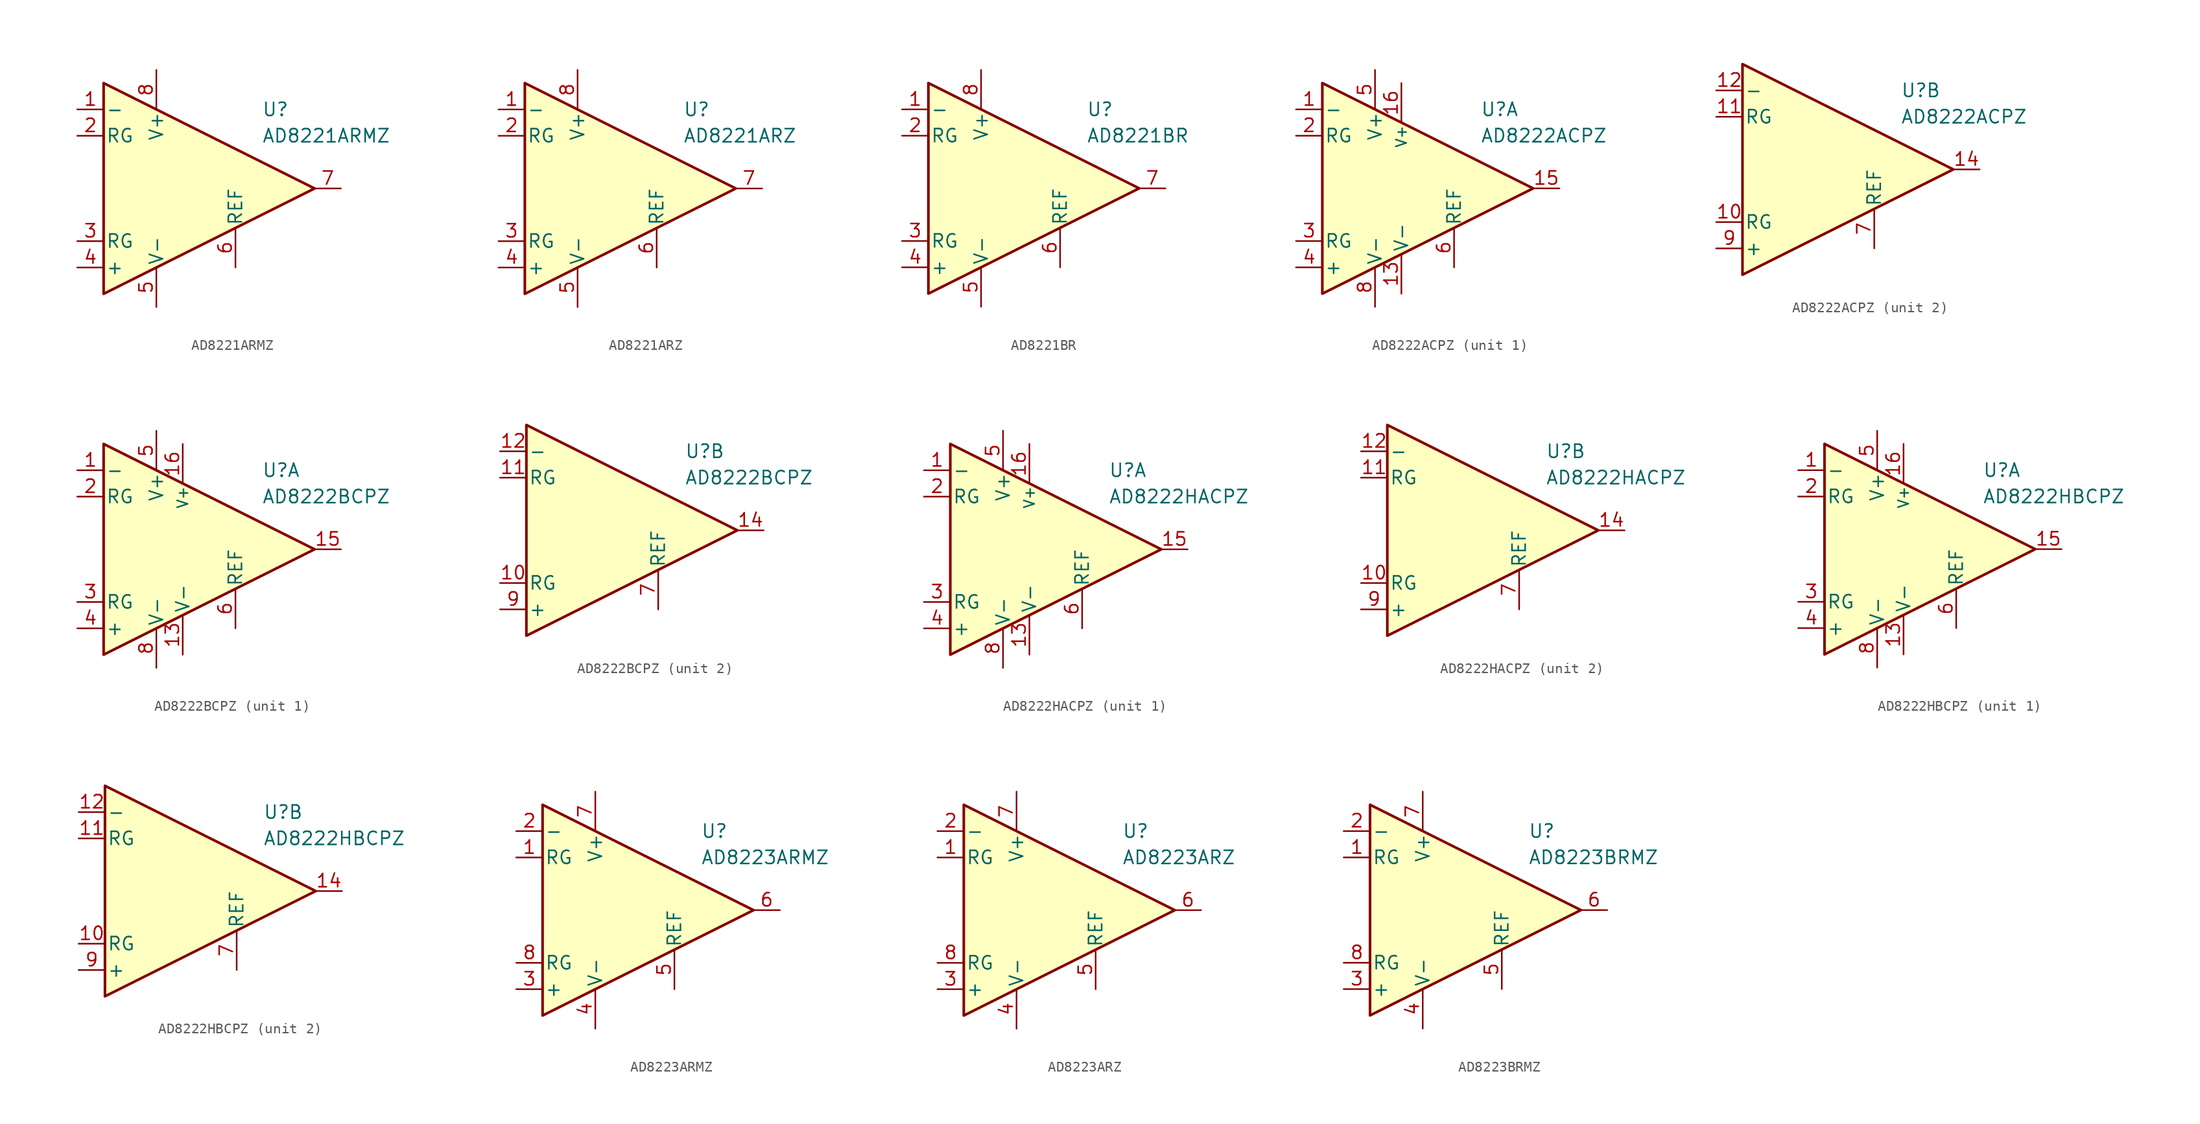
<source format=kicad_sym>
(kicad_symbol_lib
  (version 20211014)
  (generator kicad_symbol_editor)
  (symbol "AD8221ARMZ"
    (pin_names
      (offset 0.2))
    (property "Reference" "U"
      (at 6.35 7.62 0)
      (effects (font (size 1.27 1.27)) (justify left)))
    (property "Value" "AD8221ARMZ"
      (at 6.35 5.08 0)
      (effects (font (size 1.27 1.27)) (justify left)))
    (symbol "AD8221ARMZ_0_1"
      (polyline (pts (xy -8.89 10.16) (xy -8.89 -10.16) (xy 11.43 0) (xy -8.89 10.16)) (stroke (width 0.254) (type default) (color 0 0 0 0)) (fill (type background))))
    (symbol "AD8221ARMZ_1_1"
      (pin input line (at -11.43 7.62 0) (length 2.54) (name "-" (effects (font (size 1.27 1.27)))) (number "1" (effects (font (size 1.27 1.27)))))
      (pin passive line (at -11.43 5.08 0) (length 2.54) (name "RG" (effects (font (size 1.27 1.27)))) (number "2" (effects (font (size 1.27 1.27)))))
      (pin passive line (at -11.43 -5.08 0) (length 2.54) (name "RG" (effects (font (size 1.27 1.27)))) (number "3" (effects (font (size 1.27 1.27)))))
      (pin input line (at -11.43 -7.62 0) (length 2.54) (name "+" (effects (font (size 1.27 1.27)))) (number "4" (effects (font (size 1.27 1.27)))))
      (pin power_in line (at -3.81 -11.43 90) (length 3.81) (name "V-" (effects (font (size 1.27 1.27)))) (number "5" (effects (font (size 1.27 1.27)))))
      (pin input line (at 3.81 -7.62 90) (length 3.81) (name "REF" (effects (font (size 1.27 1.27)))) (number "6" (effects (font (size 1.27 1.27)))))
      (pin output line (at 13.97 0 180) (length 2.54) (name "~" (effects (font (size 1.27 1.27)))) (number "7" (effects (font (size 1.27 1.27)))))
      (pin power_in line (at -3.81 11.43 270) (length 3.81) (name "V+" (effects (font (size 1.27 1.27)))) (number "8" (effects (font (size 1.27 1.27)))))))
  (symbol "AD8221ARZ"
    (pin_names
      (offset 0.2))
    (property "Reference" "U"
      (at 6.35 7.62 0)
      (effects (font (size 1.27 1.27)) (justify left)))
    (property "Value" "AD8221ARZ"
      (at 6.35 5.08 0)
      (effects (font (size 1.27 1.27)) (justify left)))
    (symbol "AD8221ARZ_0_1"
      (polyline (pts (xy -8.89 10.16) (xy -8.89 -10.16) (xy 11.43 0) (xy -8.89 10.16)) (stroke (width 0.254) (type default) (color 0 0 0 0)) (fill (type background))))
    (symbol "AD8221ARZ_1_1"
      (pin input line (at -11.43 7.62 0) (length 2.54) (name "-" (effects (font (size 1.27 1.27)))) (number "1" (effects (font (size 1.27 1.27)))))
      (pin passive line (at -11.43 5.08 0) (length 2.54) (name "RG" (effects (font (size 1.27 1.27)))) (number "2" (effects (font (size 1.27 1.27)))))
      (pin passive line (at -11.43 -5.08 0) (length 2.54) (name "RG" (effects (font (size 1.27 1.27)))) (number "3" (effects (font (size 1.27 1.27)))))
      (pin input line (at -11.43 -7.62 0) (length 2.54) (name "+" (effects (font (size 1.27 1.27)))) (number "4" (effects (font (size 1.27 1.27)))))
      (pin power_in line (at -3.81 -11.43 90) (length 3.81) (name "V-" (effects (font (size 1.27 1.27)))) (number "5" (effects (font (size 1.27 1.27)))))
      (pin input line (at 3.81 -7.62 90) (length 3.81) (name "REF" (effects (font (size 1.27 1.27)))) (number "6" (effects (font (size 1.27 1.27)))))
      (pin output line (at 13.97 0 180) (length 2.54) (name "~" (effects (font (size 1.27 1.27)))) (number "7" (effects (font (size 1.27 1.27)))))
      (pin power_in line (at -3.81 11.43 270) (length 3.81) (name "V+" (effects (font (size 1.27 1.27)))) (number "8" (effects (font (size 1.27 1.27)))))))
  (symbol "AD8221BR"
    (pin_names
      (offset 0.2))
    (property "Reference" "U"
      (at 6.35 7.62 0)
      (effects (font (size 1.27 1.27)) (justify left)))
    (property "Value" "AD8221BR"
      (at 6.35 5.08 0)
      (effects (font (size 1.27 1.27)) (justify left)))
    (symbol "AD8221BR_0_1"
      (polyline (pts (xy -8.89 10.16) (xy -8.89 -10.16) (xy 11.43 0) (xy -8.89 10.16)) (stroke (width 0.254) (type default) (color 0 0 0 0)) (fill (type background))))
    (symbol "AD8221BR_1_1"
      (pin input line (at -11.43 7.62 0) (length 2.54) (name "-" (effects (font (size 1.27 1.27)))) (number "1" (effects (font (size 1.27 1.27)))))
      (pin passive line (at -11.43 5.08 0) (length 2.54) (name "RG" (effects (font (size 1.27 1.27)))) (number "2" (effects (font (size 1.27 1.27)))))
      (pin passive line (at -11.43 -5.08 0) (length 2.54) (name "RG" (effects (font (size 1.27 1.27)))) (number "3" (effects (font (size 1.27 1.27)))))
      (pin input line (at -11.43 -7.62 0) (length 2.54) (name "+" (effects (font (size 1.27 1.27)))) (number "4" (effects (font (size 1.27 1.27)))))
      (pin power_in line (at -3.81 -11.43 90) (length 3.81) (name "V-" (effects (font (size 1.27 1.27)))) (number "5" (effects (font (size 1.27 1.27)))))
      (pin input line (at 3.81 -7.62 90) (length 3.81) (name "REF" (effects (font (size 1.27 1.27)))) (number "6" (effects (font (size 1.27 1.27)))))
      (pin output line (at 13.97 0 180) (length 2.54) (name "~" (effects (font (size 1.27 1.27)))) (number "7" (effects (font (size 1.27 1.27)))))
      (pin power_in line (at -3.81 11.43 270) (length 3.81) (name "V+" (effects (font (size 1.27 1.27)))) (number "8" (effects (font (size 1.27 1.27)))))))
  (symbol "AD8222ACPZ"
    (pin_names
      (offset 0.2))
    (property "Reference" "U"
      (at 6.35 7.62 0)
      (effects (font (size 1.27 1.27)) (justify left)))
    (property "Value" "AD8222ACPZ"
      (at 6.35 5.08 0)
      (effects (font (size 1.27 1.27)) (justify left)))
    (property "ki_locked" ""
      (at 0 0 0)
      (effects (font (size 1.27 1.27))))
    (symbol "AD8222ACPZ_0_1"
      (polyline (pts (xy -8.89 10.16) (xy -8.89 -10.16) (xy 11.43 0) (xy -8.89 10.16)) (stroke (width 0.254) (type default) (color 0 0 0 0)) (fill (type background))))
    (symbol "AD8222ACPZ_1_1"
      (pin input line (at -11.43 7.62 0) (length 2.54) (name "-" (effects (font (size 1.27 1.27)))) (number "1" (effects (font (size 1.27 1.27)))))
      (pin power_in line (at -1.27 -10.16 90) (length 3.81) (name "V-" (effects (font (size 1.27 1.27)))) (number "13" (effects (font (size 1.27 1.27)))))
      (pin output line (at 13.97 0 180) (length 2.54) (name "~" (effects (font (size 1.27 1.27)))) (number "15" (effects (font (size 1.27 1.27)))))
      (pin power_in line (at -1.27 10.16 270) (length 3.81) (name "V+" (effects (font (size 1 1)))) (number "16" (effects (font (size 1.27 1.27)))))
      (pin passive line (at -11.43 5.08 0) (length 2.54) (name "RG" (effects (font (size 1.27 1.27)))) (number "2" (effects (font (size 1.27 1.27)))))
      (pin passive line (at -11.43 -5.08 0) (length 2.54) (name "RG" (effects (font (size 1.27 1.27)))) (number "3" (effects (font (size 1.27 1.27)))))
      (pin input line (at -11.43 -7.62 0) (length 2.54) (name "+" (effects (font (size 1.27 1.27)))) (number "4" (effects (font (size 1.27 1.27)))))
      (pin power_in line (at -3.81 11.43 270) (length 3.81) (name "V+" (effects (font (size 1.27 1.27)))) (number "5" (effects (font (size 1.27 1.27)))))
      (pin input line (at 3.81 -7.62 90) (length 3.81) (name "REF" (effects (font (size 1.27 1.27)))) (number "6" (effects (font (size 1.27 1.27)))))
      (pin power_in line (at -3.81 -11.43 90) (length 3.81) (name "V-" (effects (font (size 1.27 1.27)))) (number "8" (effects (font (size 1.27 1.27))))))
    (symbol "AD8222ACPZ_2_1"
      (pin passive line (at -11.43 -5.08 0) (length 2.54) (name "RG" (effects (font (size 1.27 1.27)))) (number "10" (effects (font (size 1.27 1.27)))))
      (pin passive line (at -11.43 5.08 0) (length 2.54) (name "RG" (effects (font (size 1.27 1.27)))) (number "11" (effects (font (size 1.27 1.27)))))
      (pin input line (at -11.43 7.62 0) (length 2.54) (name "-" (effects (font (size 1.27 1.27)))) (number "12" (effects (font (size 1.27 1.27)))))
      (pin output line (at 13.97 0 180) (length 2.54) (name "~" (effects (font (size 1.27 1.27)))) (number "14" (effects (font (size 1.27 1.27)))))
      (pin input line (at 3.81 -7.62 90) (length 3.81) (name "REF" (effects (font (size 1.27 1.27)))) (number "7" (effects (font (size 1.27 1.27)))))
      (pin input line (at -11.43 -7.62 0) (length 2.54) (name "+" (effects (font (size 1.27 1.27)))) (number "9" (effects (font (size 1.27 1.27)))))))
  (symbol "AD8222BCPZ"
    (pin_names
      (offset 0.2))
    (property "Reference" "U"
      (at 6.35 7.62 0)
      (effects (font (size 1.27 1.27)) (justify left)))
    (property "Value" "AD8222BCPZ"
      (at 6.35 5.08 0)
      (effects (font (size 1.27 1.27)) (justify left)))
    (property "ki_locked" ""
      (at 0 0 0)
      (effects (font (size 1.27 1.27))))
    (symbol "AD8222BCPZ_0_1"
      (polyline (pts (xy -8.89 10.16) (xy -8.89 -10.16) (xy 11.43 0) (xy -8.89 10.16)) (stroke (width 0.254) (type default) (color 0 0 0 0)) (fill (type background))))
    (symbol "AD8222BCPZ_1_1"
      (pin input line (at -11.43 7.62 0) (length 2.54) (name "-" (effects (font (size 1.27 1.27)))) (number "1" (effects (font (size 1.27 1.27)))))
      (pin power_in line (at -1.27 -10.16 90) (length 3.81) (name "V-" (effects (font (size 1.27 1.27)))) (number "13" (effects (font (size 1.27 1.27)))))
      (pin output line (at 13.97 0 180) (length 2.54) (name "~" (effects (font (size 1.27 1.27)))) (number "15" (effects (font (size 1.27 1.27)))))
      (pin power_in line (at -1.27 10.16 270) (length 3.81) (name "V+" (effects (font (size 1 1)))) (number "16" (effects (font (size 1.27 1.27)))))
      (pin passive line (at -11.43 5.08 0) (length 2.54) (name "RG" (effects (font (size 1.27 1.27)))) (number "2" (effects (font (size 1.27 1.27)))))
      (pin passive line (at -11.43 -5.08 0) (length 2.54) (name "RG" (effects (font (size 1.27 1.27)))) (number "3" (effects (font (size 1.27 1.27)))))
      (pin input line (at -11.43 -7.62 0) (length 2.54) (name "+" (effects (font (size 1.27 1.27)))) (number "4" (effects (font (size 1.27 1.27)))))
      (pin power_in line (at -3.81 11.43 270) (length 3.81) (name "V+" (effects (font (size 1.27 1.27)))) (number "5" (effects (font (size 1.27 1.27)))))
      (pin input line (at 3.81 -7.62 90) (length 3.81) (name "REF" (effects (font (size 1.27 1.27)))) (number "6" (effects (font (size 1.27 1.27)))))
      (pin power_in line (at -3.81 -11.43 90) (length 3.81) (name "V-" (effects (font (size 1.27 1.27)))) (number "8" (effects (font (size 1.27 1.27))))))
    (symbol "AD8222BCPZ_2_1"
      (pin passive line (at -11.43 -5.08 0) (length 2.54) (name "RG" (effects (font (size 1.27 1.27)))) (number "10" (effects (font (size 1.27 1.27)))))
      (pin passive line (at -11.43 5.08 0) (length 2.54) (name "RG" (effects (font (size 1.27 1.27)))) (number "11" (effects (font (size 1.27 1.27)))))
      (pin input line (at -11.43 7.62 0) (length 2.54) (name "-" (effects (font (size 1.27 1.27)))) (number "12" (effects (font (size 1.27 1.27)))))
      (pin output line (at 13.97 0 180) (length 2.54) (name "~" (effects (font (size 1.27 1.27)))) (number "14" (effects (font (size 1.27 1.27)))))
      (pin input line (at 3.81 -7.62 90) (length 3.81) (name "REF" (effects (font (size 1.27 1.27)))) (number "7" (effects (font (size 1.27 1.27)))))
      (pin input line (at -11.43 -7.62 0) (length 2.54) (name "+" (effects (font (size 1.27 1.27)))) (number "9" (effects (font (size 1.27 1.27)))))))
  (symbol "AD8222HACPZ"
    (pin_names
      (offset 0.2))
    (property "Reference" "U"
      (at 6.35 7.62 0)
      (effects (font (size 1.27 1.27)) (justify left)))
    (property "Value" "AD8222HACPZ"
      (at 6.35 5.08 0)
      (effects (font (size 1.27 1.27)) (justify left)))
    (property "ki_locked" ""
      (at 0 0 0)
      (effects (font (size 1.27 1.27))))
    (symbol "AD8222HACPZ_0_1"
      (polyline (pts (xy -8.89 10.16) (xy -8.89 -10.16) (xy 11.43 0) (xy -8.89 10.16)) (stroke (width 0.254) (type default) (color 0 0 0 0)) (fill (type background))))
    (symbol "AD8222HACPZ_1_1"
      (pin input line (at -11.43 7.62 0) (length 2.54) (name "-" (effects (font (size 1.27 1.27)))) (number "1" (effects (font (size 1.27 1.27)))))
      (pin power_in line (at -1.27 -10.16 90) (length 3.81) (name "V-" (effects (font (size 1.27 1.27)))) (number "13" (effects (font (size 1.27 1.27)))))
      (pin output line (at 13.97 0 180) (length 2.54) (name "~" (effects (font (size 1.27 1.27)))) (number "15" (effects (font (size 1.27 1.27)))))
      (pin power_in line (at -1.27 10.16 270) (length 3.81) (name "V+" (effects (font (size 1 1)))) (number "16" (effects (font (size 1.27 1.27)))))
      (pin passive line (at -11.43 5.08 0) (length 2.54) (name "RG" (effects (font (size 1.27 1.27)))) (number "2" (effects (font (size 1.27 1.27)))))
      (pin passive line (at -11.43 -5.08 0) (length 2.54) (name "RG" (effects (font (size 1.27 1.27)))) (number "3" (effects (font (size 1.27 1.27)))))
      (pin input line (at -11.43 -7.62 0) (length 2.54) (name "+" (effects (font (size 1.27 1.27)))) (number "4" (effects (font (size 1.27 1.27)))))
      (pin power_in line (at -3.81 11.43 270) (length 3.81) (name "V+" (effects (font (size 1.27 1.27)))) (number "5" (effects (font (size 1.27 1.27)))))
      (pin input line (at 3.81 -7.62 90) (length 3.81) (name "REF" (effects (font (size 1.27 1.27)))) (number "6" (effects (font (size 1.27 1.27)))))
      (pin power_in line (at -3.81 -11.43 90) (length 3.81) (name "V-" (effects (font (size 1.27 1.27)))) (number "8" (effects (font (size 1.27 1.27))))))
    (symbol "AD8222HACPZ_2_1"
      (pin passive line (at -11.43 -5.08 0) (length 2.54) (name "RG" (effects (font (size 1.27 1.27)))) (number "10" (effects (font (size 1.27 1.27)))))
      (pin passive line (at -11.43 5.08 0) (length 2.54) (name "RG" (effects (font (size 1.27 1.27)))) (number "11" (effects (font (size 1.27 1.27)))))
      (pin input line (at -11.43 7.62 0) (length 2.54) (name "-" (effects (font (size 1.27 1.27)))) (number "12" (effects (font (size 1.27 1.27)))))
      (pin output line (at 13.97 0 180) (length 2.54) (name "~" (effects (font (size 1.27 1.27)))) (number "14" (effects (font (size 1.27 1.27)))))
      (pin input line (at 3.81 -7.62 90) (length 3.81) (name "REF" (effects (font (size 1.27 1.27)))) (number "7" (effects (font (size 1.27 1.27)))))
      (pin input line (at -11.43 -7.62 0) (length 2.54) (name "+" (effects (font (size 1.27 1.27)))) (number "9" (effects (font (size 1.27 1.27)))))))
  (symbol "AD8222HBCPZ"
    (pin_names
      (offset 0.2))
    (property "Reference" "U"
      (at 6.35 7.62 0)
      (effects (font (size 1.27 1.27)) (justify left)))
    (property "Value" "AD8222HBCPZ"
      (at 6.35 5.08 0)
      (effects (font (size 1.27 1.27)) (justify left)))
    (property "ki_locked" ""
      (at 0 0 0)
      (effects (font (size 1.27 1.27))))
    (symbol "AD8222HBCPZ_0_1"
      (polyline (pts (xy -8.89 10.16) (xy -8.89 -10.16) (xy 11.43 0) (xy -8.89 10.16)) (stroke (width 0.254) (type default) (color 0 0 0 0)) (fill (type background))))
    (symbol "AD8222HBCPZ_1_1"
      (pin input line (at -11.43 7.62 0) (length 2.54) (name "-" (effects (font (size 1.27 1.27)))) (number "1" (effects (font (size 1.27 1.27)))))
      (pin power_in line (at -1.27 -10.16 90) (length 3.81) (name "V-" (effects (font (size 1.27 1.27)))) (number "13" (effects (font (size 1.27 1.27)))))
      (pin output line (at 13.97 0 180) (length 2.54) (name "~" (effects (font (size 1.27 1.27)))) (number "15" (effects (font (size 1.27 1.27)))))
      (pin power_in line (at -1.27 10.16 270) (length 3.81) (name "V+" (effects (font (size 1 1)))) (number "16" (effects (font (size 1.27 1.27)))))
      (pin passive line (at -11.43 5.08 0) (length 2.54) (name "RG" (effects (font (size 1.27 1.27)))) (number "2" (effects (font (size 1.27 1.27)))))
      (pin passive line (at -11.43 -5.08 0) (length 2.54) (name "RG" (effects (font (size 1.27 1.27)))) (number "3" (effects (font (size 1.27 1.27)))))
      (pin input line (at -11.43 -7.62 0) (length 2.54) (name "+" (effects (font (size 1.27 1.27)))) (number "4" (effects (font (size 1.27 1.27)))))
      (pin power_in line (at -3.81 11.43 270) (length 3.81) (name "V+" (effects (font (size 1.27 1.27)))) (number "5" (effects (font (size 1.27 1.27)))))
      (pin input line (at 3.81 -7.62 90) (length 3.81) (name "REF" (effects (font (size 1.27 1.27)))) (number "6" (effects (font (size 1.27 1.27)))))
      (pin power_in line (at -3.81 -11.43 90) (length 3.81) (name "V-" (effects (font (size 1.27 1.27)))) (number "8" (effects (font (size 1.27 1.27))))))
    (symbol "AD8222HBCPZ_2_1"
      (pin passive line (at -11.43 -5.08 0) (length 2.54) (name "RG" (effects (font (size 1.27 1.27)))) (number "10" (effects (font (size 1.27 1.27)))))
      (pin passive line (at -11.43 5.08 0) (length 2.54) (name "RG" (effects (font (size 1.27 1.27)))) (number "11" (effects (font (size 1.27 1.27)))))
      (pin input line (at -11.43 7.62 0) (length 2.54) (name "-" (effects (font (size 1.27 1.27)))) (number "12" (effects (font (size 1.27 1.27)))))
      (pin output line (at 13.97 0 180) (length 2.54) (name "~" (effects (font (size 1.27 1.27)))) (number "14" (effects (font (size 1.27 1.27)))))
      (pin input line (at 3.81 -7.62 90) (length 3.81) (name "REF" (effects (font (size 1.27 1.27)))) (number "7" (effects (font (size 1.27 1.27)))))
      (pin input line (at -11.43 -7.62 0) (length 2.54) (name "+" (effects (font (size 1.27 1.27)))) (number "9" (effects (font (size 1.27 1.27)))))))
  (symbol "AD8223ARMZ"
    (pin_names
      (offset 0.2))
    (property "Reference" "U"
      (at 6.35 7.62 0)
      (effects (font (size 1.27 1.27)) (justify left)))
    (property "Value" "AD8223ARMZ"
      (at 6.35 5.08 0)
      (effects (font (size 1.27 1.27)) (justify left)))
    (symbol "AD8223ARMZ_0_1"
      (polyline (pts (xy -8.89 10.16) (xy -8.89 -10.16) (xy 11.43 0) (xy -8.89 10.16)) (stroke (width 0.254) (type default) (color 0 0 0 0)) (fill (type background))))
    (symbol "AD8223ARMZ_1_1"
      (pin passive line (at -11.43 5.08 0) (length 2.54) (name "RG" (effects (font (size 1.27 1.27)))) (number "1" (effects (font (size 1.27 1.27)))))
      (pin input line (at -11.43 7.62 0) (length 2.54) (name "-" (effects (font (size 1.27 1.27)))) (number "2" (effects (font (size 1.27 1.27)))))
      (pin input line (at -11.43 -7.62 0) (length 2.54) (name "+" (effects (font (size 1.27 1.27)))) (number "3" (effects (font (size 1.27 1.27)))))
      (pin power_in line (at -3.81 -11.43 90) (length 3.81) (name "V-" (effects (font (size 1.27 1.27)))) (number "4" (effects (font (size 1.27 1.27)))))
      (pin input line (at 3.81 -7.62 90) (length 3.81) (name "REF" (effects (font (size 1.27 1.27)))) (number "5" (effects (font (size 1.27 1.27)))))
      (pin output line (at 13.97 0 180) (length 2.54) (name "~" (effects (font (size 1.27 1.27)))) (number "6" (effects (font (size 1.27 1.27)))))
      (pin power_in line (at -3.81 11.43 270) (length 3.81) (name "V+" (effects (font (size 1.27 1.27)))) (number "7" (effects (font (size 1.27 1.27)))))
      (pin passive line (at -11.43 -5.08 0) (length 2.54) (name "RG" (effects (font (size 1.27 1.27)))) (number "8" (effects (font (size 1.27 1.27)))))))
  (symbol "AD8223ARZ"
    (pin_names
      (offset 0.2))
    (property "Reference" "U"
      (at 6.35 7.62 0)
      (effects (font (size 1.27 1.27)) (justify left)))
    (property "Value" "AD8223ARZ"
      (at 6.35 5.08 0)
      (effects (font (size 1.27 1.27)) (justify left)))
    (symbol "AD8223ARZ_0_1"
      (polyline (pts (xy -8.89 10.16) (xy -8.89 -10.16) (xy 11.43 0) (xy -8.89 10.16)) (stroke (width 0.254) (type default) (color 0 0 0 0)) (fill (type background))))
    (symbol "AD8223ARZ_1_1"
      (pin passive line (at -11.43 5.08 0) (length 2.54) (name "RG" (effects (font (size 1.27 1.27)))) (number "1" (effects (font (size 1.27 1.27)))))
      (pin input line (at -11.43 7.62 0) (length 2.54) (name "-" (effects (font (size 1.27 1.27)))) (number "2" (effects (font (size 1.27 1.27)))))
      (pin input line (at -11.43 -7.62 0) (length 2.54) (name "+" (effects (font (size 1.27 1.27)))) (number "3" (effects (font (size 1.27 1.27)))))
      (pin power_in line (at -3.81 -11.43 90) (length 3.81) (name "V-" (effects (font (size 1.27 1.27)))) (number "4" (effects (font (size 1.27 1.27)))))
      (pin input line (at 3.81 -7.62 90) (length 3.81) (name "REF" (effects (font (size 1.27 1.27)))) (number "5" (effects (font (size 1.27 1.27)))))
      (pin output line (at 13.97 0 180) (length 2.54) (name "~" (effects (font (size 1.27 1.27)))) (number "6" (effects (font (size 1.27 1.27)))))
      (pin power_in line (at -3.81 11.43 270) (length 3.81) (name "V+" (effects (font (size 1.27 1.27)))) (number "7" (effects (font (size 1.27 1.27)))))
      (pin passive line (at -11.43 -5.08 0) (length 2.54) (name "RG" (effects (font (size 1.27 1.27)))) (number "8" (effects (font (size 1.27 1.27)))))))
  (symbol "AD8223BRMZ"
    (pin_names
      (offset 0.2))
    (property "Reference" "U"
      (at 6.35 7.62 0)
      (effects (font (size 1.27 1.27)) (justify left)))
    (property "Value" "AD8223BRMZ"
      (at 6.35 5.08 0)
      (effects (font (size 1.27 1.27)) (justify left)))
    (symbol "AD8223BRMZ_0_1"
      (polyline (pts (xy -8.89 10.16) (xy -8.89 -10.16) (xy 11.43 0) (xy -8.89 10.16)) (stroke (width 0.254) (type default) (color 0 0 0 0)) (fill (type background))))
    (symbol "AD8223BRMZ_1_1"
      (pin passive line (at -11.43 5.08 0) (length 2.54) (name "RG" (effects (font (size 1.27 1.27)))) (number "1" (effects (font (size 1.27 1.27)))))
      (pin input line (at -11.43 7.62 0) (length 2.54) (name "-" (effects (font (size 1.27 1.27)))) (number "2" (effects (font (size 1.27 1.27)))))
      (pin input line (at -11.43 -7.62 0) (length 2.54) (name "+" (effects (font (size 1.27 1.27)))) (number "3" (effects (font (size 1.27 1.27)))))
      (pin power_in line (at -3.81 -11.43 90) (length 3.81) (name "V-" (effects (font (size 1.27 1.27)))) (number "4" (effects (font (size 1.27 1.27)))))
      (pin input line (at 3.81 -7.62 90) (length 3.81) (name "REF" (effects (font (size 1.27 1.27)))) (number "5" (effects (font (size 1.27 1.27)))))
      (pin output line (at 13.97 0 180) (length 2.54) (name "~" (effects (font (size 1.27 1.27)))) (number "6" (effects (font (size 1.27 1.27)))))
      (pin power_in line (at -3.81 11.43 270) (length 3.81) (name "V+" (effects (font (size 1.27 1.27)))) (number "7" (effects (font (size 1.27 1.27)))))
      (pin passive line (at -11.43 -5.08 0) (length 2.54) (name "RG" (effects (font (size 1.27 1.27)))) (number "8" (effects (font (size 1.27 1.27))))))))
</source>
